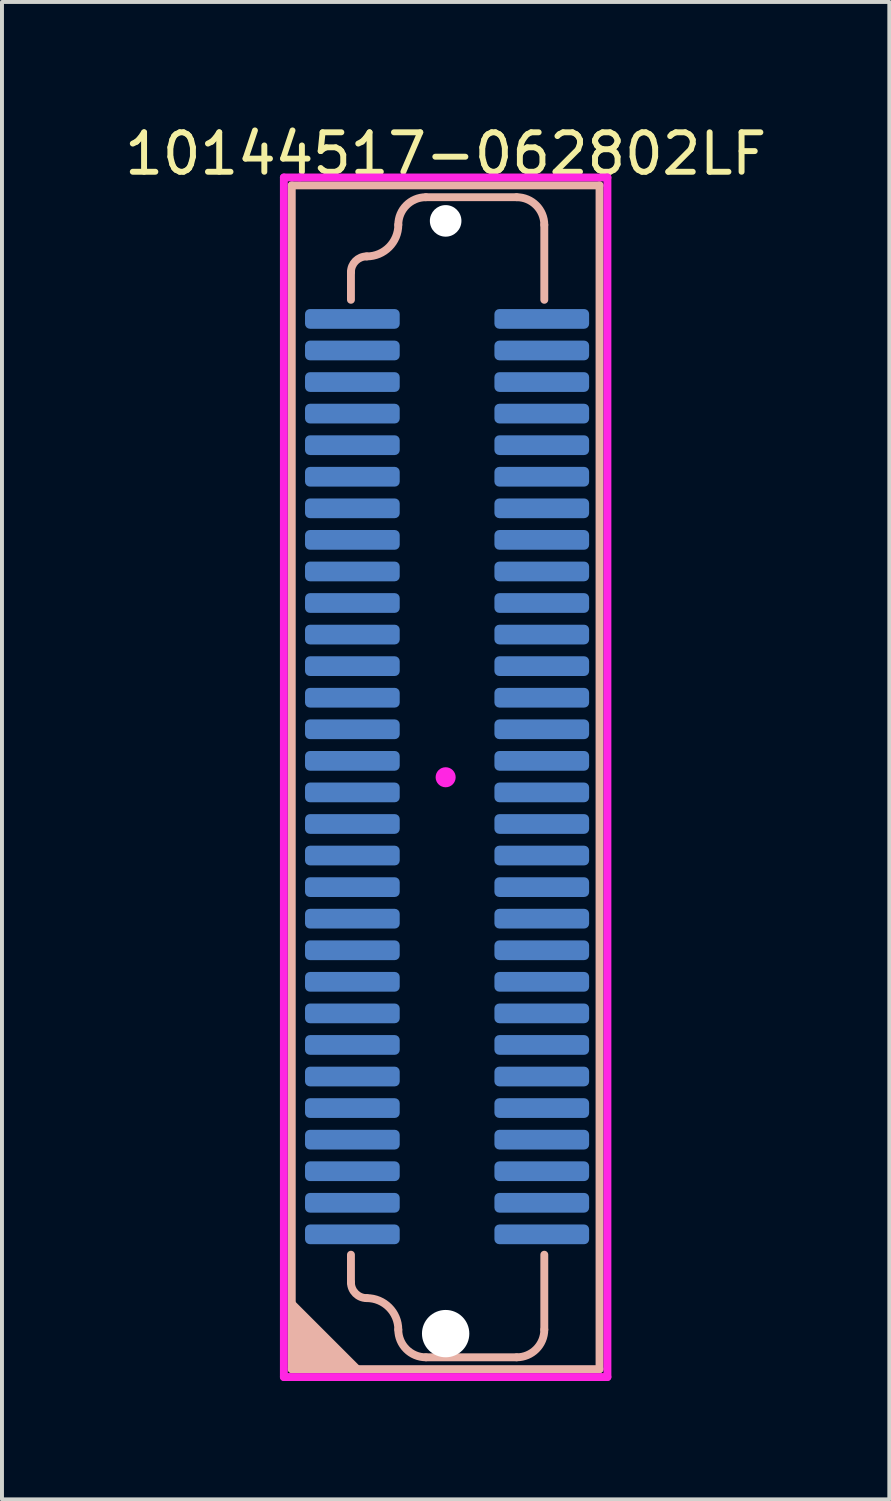
<source format=kicad_pcb>
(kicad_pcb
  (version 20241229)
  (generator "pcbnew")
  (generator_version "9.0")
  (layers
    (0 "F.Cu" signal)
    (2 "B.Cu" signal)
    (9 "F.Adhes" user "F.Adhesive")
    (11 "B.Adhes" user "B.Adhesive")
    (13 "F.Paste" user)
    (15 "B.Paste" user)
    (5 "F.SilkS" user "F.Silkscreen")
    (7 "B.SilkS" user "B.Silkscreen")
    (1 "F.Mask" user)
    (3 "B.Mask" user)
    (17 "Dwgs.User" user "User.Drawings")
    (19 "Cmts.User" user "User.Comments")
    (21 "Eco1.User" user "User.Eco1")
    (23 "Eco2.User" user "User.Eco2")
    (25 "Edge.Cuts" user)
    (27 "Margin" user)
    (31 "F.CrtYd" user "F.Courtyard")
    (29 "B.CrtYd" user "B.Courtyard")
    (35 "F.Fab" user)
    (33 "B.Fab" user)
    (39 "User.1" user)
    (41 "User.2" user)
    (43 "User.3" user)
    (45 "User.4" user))
  (footprint "10144517-062802LF"
    (layer "F.Cu")
    (at 8.244 16.648)
    (property "Reference" "10144517-062802LF" (at 0 -15.8 0) (layer "F.SilkS") (effects (font (size 1 1) (thickness 0.15))))
    (fp_line (start -3.9 -15) (end 3.9 -15) (stroke (width 0.2) (type solid)) (layer "B.SilkS"))
    (fp_line (start -3.9 15) (end -3.9 -15) (stroke (width 0.2) (type solid)) (layer "B.SilkS"))
    (fp_line (start -3.9 15) (end 3.9 15) (stroke (width 0.2) (type solid)) (layer "B.SilkS"))
    (fp_line (start -2.4 -12.1) (end -2.4 -12.8) (stroke (width 0.2) (type solid)) (layer "B.SilkS"))
    (fp_line (start -2.4 12.8) (end -2.4 12.1) (stroke (width 0.2) (type solid)) (layer "B.SilkS"))
    (fp_line (start -0.5 -14.7) (end 1.8 -14.7) (stroke (width 0.2) (type solid)) (layer "B.SilkS"))
    (fp_line (start -0.5 14.7) (end 1.8 14.7) (stroke (width 0.2) (type solid)) (layer "B.SilkS"))
    (fp_line (start 2.5 -12.1) (end 2.5 -14) (stroke (width 0.2) (type solid)) (layer "B.SilkS"))
    (fp_line (start 2.5 14) (end 2.5 12.1) (stroke (width 0.2) (type solid)) (layer "B.SilkS"))
    (fp_line (start 3.9 15) (end 3.9 -15) (stroke (width 0.2) (type solid)) (layer "B.SilkS"))
    (fp_arc (start -2.4 -12.8) (mid -2.282843 -13.082843) (end -2 -13.2) (stroke (width 0.2) (type solid)) (layer "B.SilkS"))
    (fp_arc (start -2 13.2) (mid -2.282843 13.082843) (end -2.4 12.8) (stroke (width 0.2) (type solid)) (layer "B.SilkS"))
    (fp_arc (start -2 13.2) (mid -1.434315 13.434315) (end -1.2 14) (stroke (width 0.2) (type solid)) (layer "B.SilkS"))
    (fp_arc (start -1.2 -14) (mid -1.434315 -13.434315) (end -2 -13.2) (stroke (width 0.2) (type solid)) (layer "B.SilkS"))
    (fp_arc (start -1.2 -14) (mid -0.994975 -14.494975) (end -0.5 -14.7) (stroke (width 0.2) (type solid)) (layer "B.SilkS"))
    (fp_arc (start -0.5 14.7) (mid -0.994975 14.494975) (end -1.2 14) (stroke (width 0.2) (type solid)) (layer "B.SilkS"))
    (fp_arc (start 1.8 -14.7) (mid 2.294975 -14.494975) (end 2.5 -14) (stroke (width 0.2) (type solid)) (layer "B.SilkS"))
    (fp_arc (start 2.5 14) (mid 2.294975 14.494975) (end 1.8 14.7) (stroke (width 0.2) (type solid)) (layer "B.SilkS"))
    (fp_poly (pts (xy -2.1 15) (xy -3.9 13.2) (xy -3.9 15)) (stroke (width 0) (type default)) (fill yes) (layer "B.SilkS"))
    (fp_line (start -4.1 -15.2) (end -3.7 -15.2) (stroke (width 0.2) (type solid)) (layer "F.CrtYd"))
    (fp_line (start -4.1 15.2) (end -4.1 -15.2) (stroke (width 0.2) (type solid)) (layer "F.CrtYd"))
    (fp_line (start -4.1 15.2) (end 4.1 15.2) (stroke (width 0.2) (type solid)) (layer "F.CrtYd"))
    (fp_line (start -3.7 -15.2) (end 4.1 -15.2) (stroke (width 0.2) (type solid)) (layer "F.CrtYd"))
    (fp_line (start 4.1 15.2) (end 4.1 -15.2) (stroke (width 0.2) (type solid)) (layer "F.CrtYd"))
    (fp_circle (center 0 0) (end 0 -0.127) (stroke (width 0.254) (type solid)) (fill no) (layer "F.CrtYd"))
    (pad "" np_thru_hole circle (at 0 -14.1) (size 0.8 0.8) (drill 0.8) (layers "*.Cu" "*.Mask"))
    (pad "" np_thru_hole circle (at 0 14.1) (size 1.2 1.2) (drill 1.2) (layers "*.Cu" "*.Mask"))
    (pad "1" smd roundrect (at -2.364 11.584) (size 2.4 0.5) (layers "B.Cu" "B.Mask" "B.Paste") (roundrect_rratio 0.25))
    (pad "2" smd roundrect (at 2.436 11.584) (size 2.4 0.5) (layers "B.Cu" "B.Mask" "B.Paste") (roundrect_rratio 0.25))
    (pad "3" smd roundrect (at -2.364 10.784) (size 2.4 0.5) (layers "B.Cu" "B.Mask" "B.Paste") (roundrect_rratio 0.25))
    (pad "4" smd roundrect (at 2.436 10.784) (size 2.4 0.5) (layers "B.Cu" "B.Mask" "B.Paste") (roundrect_rratio 0.25))
    (pad "5" smd roundrect (at -2.364 9.984) (size 2.4 0.5) (layers "B.Cu" "B.Mask" "B.Paste") (roundrect_rratio 0.25))
    (pad "6" smd roundrect (at 2.436 9.984) (size 2.4 0.5) (layers "B.Cu" "B.Mask" "B.Paste") (roundrect_rratio 0.25))
    (pad "7" smd roundrect (at -2.364 9.184) (size 2.4 0.5) (layers "B.Cu" "B.Mask" "B.Paste") (roundrect_rratio 0.25))
    (pad "8" smd roundrect (at 2.436 9.184) (size 2.4 0.5) (layers "B.Cu" "B.Mask" "B.Paste") (roundrect_rratio 0.25))
    (pad "9" smd roundrect (at -2.364 8.384) (size 2.4 0.5) (layers "B.Cu" "B.Mask" "B.Paste") (roundrect_rratio 0.25))
    (pad "10" smd roundrect (at 2.436 8.384) (size 2.4 0.5) (layers "B.Cu" "B.Mask" "B.Paste") (roundrect_rratio 0.25))
    (pad "11" smd roundrect (at -2.364 7.584) (size 2.4 0.5) (layers "B.Cu" "B.Mask" "B.Paste") (roundrect_rratio 0.25))
    (pad "12" smd roundrect (at 2.436 7.584) (size 2.4 0.5) (layers "B.Cu" "B.Mask" "B.Paste") (roundrect_rratio 0.25))
    (pad "13" smd roundrect (at -2.364 6.784) (size 2.4 0.5) (layers "B.Cu" "B.Mask" "B.Paste") (roundrect_rratio 0.25))
    (pad "14" smd roundrect (at 2.436 6.784) (size 2.4 0.5) (layers "B.Cu" "B.Mask" "B.Paste") (roundrect_rratio 0.25))
    (pad "15" smd roundrect (at -2.364 5.984) (size 2.4 0.5) (layers "B.Cu" "B.Mask" "B.Paste") (roundrect_rratio 0.25))
    (pad "16" smd roundrect (at 2.436 5.984) (size 2.4 0.5) (layers "B.Cu" "B.Mask" "B.Paste") (roundrect_rratio 0.25))
    (pad "17" smd roundrect (at -2.364 5.184) (size 2.4 0.5) (layers "B.Cu" "B.Mask" "B.Paste") (roundrect_rratio 0.25))
    (pad "18" smd roundrect (at 2.436 5.184) (size 2.4 0.5) (layers "B.Cu" "B.Mask" "B.Paste") (roundrect_rratio 0.25))
    (pad "19" smd roundrect (at -2.364 4.384) (size 2.4 0.5) (layers "B.Cu" "B.Mask" "B.Paste") (roundrect_rratio 0.25))
    (pad "20" smd roundrect (at 2.436 4.384) (size 2.4 0.5) (layers "B.Cu" "B.Mask" "B.Paste") (roundrect_rratio 0.25))
    (pad "21" smd roundrect (at -2.364 3.584) (size 2.4 0.5) (layers "B.Cu" "B.Mask" "B.Paste") (roundrect_rratio 0.25))
    (pad "22" smd roundrect (at 2.436 3.584) (size 2.4 0.5) (layers "B.Cu" "B.Mask" "B.Paste") (roundrect_rratio 0.25))
    (pad "23" smd roundrect (at -2.364 2.784) (size 2.4 0.5) (layers "B.Cu" "B.Mask" "B.Paste") (roundrect_rratio 0.25))
    (pad "24" smd roundrect (at 2.436 2.784) (size 2.4 0.5) (layers "B.Cu" "B.Mask" "B.Paste") (roundrect_rratio 0.25))
    (pad "25" smd roundrect (at -2.364 1.984) (size 2.4 0.5) (layers "B.Cu" "B.Mask" "B.Paste") (roundrect_rratio 0.25))
    (pad "26" smd roundrect (at 2.436 1.984) (size 2.4 0.5) (layers "B.Cu" "B.Mask" "B.Paste") (roundrect_rratio 0.25))
    (pad "27" smd roundrect (at -2.364 1.184) (size 2.4 0.5) (layers "B.Cu" "B.Mask" "B.Paste") (roundrect_rratio 0.25))
    (pad "28" smd roundrect (at 2.436 1.184) (size 2.4 0.5) (layers "B.Cu" "B.Mask" "B.Paste") (roundrect_rratio 0.25))
    (pad "29" smd roundrect (at -2.364 0.384) (size 2.4 0.5) (layers "B.Cu" "B.Mask" "B.Paste") (roundrect_rratio 0.25))
    (pad "30" smd roundrect (at 2.436 0.384) (size 2.4 0.5) (layers "B.Cu" "B.Mask" "B.Paste") (roundrect_rratio 0.25))
    (pad "31" smd roundrect (at -2.364 -0.416) (size 2.4 0.5) (layers "B.Cu" "B.Mask" "B.Paste") (roundrect_rratio 0.25))
    (pad "32" smd roundrect (at 2.436 -0.416) (size 2.4 0.5) (layers "B.Cu" "B.Mask" "B.Paste") (roundrect_rratio 0.25))
    (pad "33" smd roundrect (at -2.364 -1.216) (size 2.4 0.5) (layers "B.Cu" "B.Mask" "B.Paste") (roundrect_rratio 0.25))
    (pad "34" smd roundrect (at 2.436 -1.216) (size 2.4 0.5) (layers "B.Cu" "B.Mask" "B.Paste") (roundrect_rratio 0.25))
    (pad "35" smd roundrect (at -2.364 -2.016) (size 2.4 0.5) (layers "B.Cu" "B.Mask" "B.Paste") (roundrect_rratio 0.25))
    (pad "36" smd roundrect (at 2.436 -2.016) (size 2.4 0.5) (layers "B.Cu" "B.Mask" "B.Paste") (roundrect_rratio 0.25))
    (pad "37" smd roundrect (at -2.364 -2.816) (size 2.4 0.5) (layers "B.Cu" "B.Mask" "B.Paste") (roundrect_rratio 0.25))
    (pad "38" smd roundrect (at 2.436 -2.816) (size 2.4 0.5) (layers "B.Cu" "B.Mask" "B.Paste") (roundrect_rratio 0.25))
    (pad "39" smd roundrect (at -2.364 -3.616) (size 2.4 0.5) (layers "B.Cu" "B.Mask" "B.Paste") (roundrect_rratio 0.25))
    (pad "40" smd roundrect (at 2.436 -3.616) (size 2.4 0.5) (layers "B.Cu" "B.Mask" "B.Paste") (roundrect_rratio 0.25))
    (pad "41" smd roundrect (at -2.364 -4.416) (size 2.4 0.5) (layers "B.Cu" "B.Mask" "B.Paste") (roundrect_rratio 0.25))
    (pad "42" smd roundrect (at 2.436 -4.416) (size 2.4 0.5) (layers "B.Cu" "B.Mask" "B.Paste") (roundrect_rratio 0.25))
    (pad "43" smd roundrect (at -2.364 -5.216) (size 2.4 0.5) (layers "B.Cu" "B.Mask" "B.Paste") (roundrect_rratio 0.25))
    (pad "44" smd roundrect (at 2.436 -5.216) (size 2.4 0.5) (layers "B.Cu" "B.Mask" "B.Paste") (roundrect_rratio 0.25))
    (pad "45" smd roundrect (at -2.364 -6.016) (size 2.4 0.5) (layers "B.Cu" "B.Mask" "B.Paste") (roundrect_rratio 0.25))
    (pad "46" smd roundrect (at 2.436 -6.016) (size 2.4 0.5) (layers "B.Cu" "B.Mask" "B.Paste") (roundrect_rratio 0.25))
    (pad "47" smd roundrect (at -2.364 -6.816) (size 2.4 0.5) (layers "B.Cu" "B.Mask" "B.Paste") (roundrect_rratio 0.25))
    (pad "48" smd roundrect (at 2.436 -6.816) (size 2.4 0.5) (layers "B.Cu" "B.Mask" "B.Paste") (roundrect_rratio 0.25))
    (pad "49" smd roundrect (at -2.364 -7.616) (size 2.4 0.5) (layers "B.Cu" "B.Mask" "B.Paste") (roundrect_rratio 0.25))
    (pad "50" smd roundrect (at 2.436 -7.616) (size 2.4 0.5) (layers "B.Cu" "B.Mask" "B.Paste") (roundrect_rratio 0.25))
    (pad "51" smd roundrect (at -2.364 -8.416) (size 2.4 0.5) (layers "B.Cu" "B.Mask" "B.Paste") (roundrect_rratio 0.25))
    (pad "52" smd roundrect (at 2.436 -8.416) (size 2.4 0.5) (layers "B.Cu" "B.Mask" "B.Paste") (roundrect_rratio 0.25))
    (pad "53" smd roundrect (at -2.364 -9.216) (size 2.4 0.5) (layers "B.Cu" "B.Mask" "B.Paste") (roundrect_rratio 0.25))
    (pad "54" smd roundrect (at 2.436 -9.216) (size 2.4 0.5) (layers "B.Cu" "B.Mask" "B.Paste") (roundrect_rratio 0.25))
    (pad "55" smd roundrect (at -2.364 -10.016) (size 2.4 0.5) (layers "B.Cu" "B.Mask" "B.Paste") (roundrect_rratio 0.25))
    (pad "56" smd roundrect (at 2.436 -10.016) (size 2.4 0.5) (layers "B.Cu" "B.Mask" "B.Paste") (roundrect_rratio 0.25))
    (pad "57" smd roundrect (at -2.364 -10.816) (size 2.4 0.5) (layers "B.Cu" "B.Mask" "B.Paste") (roundrect_rratio 0.25))
    (pad "58" smd roundrect (at 2.436 -10.816) (size 2.4 0.5) (layers "B.Cu" "B.Mask" "B.Paste") (roundrect_rratio 0.25))
    (pad "59" smd roundrect (at -2.364 -11.616) (size 2.4 0.5) (layers "B.Cu" "B.Mask" "B.Paste") (roundrect_rratio 0.25))
    (pad "60" smd roundrect (at 2.436 -11.616) (size 2.4 0.5) (layers "B.Cu" "B.Mask" "B.Paste") (roundrect_rratio 0.25)))
  (gr_rect
    (start -3 -3)
    (end 19.488 34.948)
    (stroke (width 0.1) (type default))
    (fill no)
    (layer "Edge.Cuts")))
</source>
